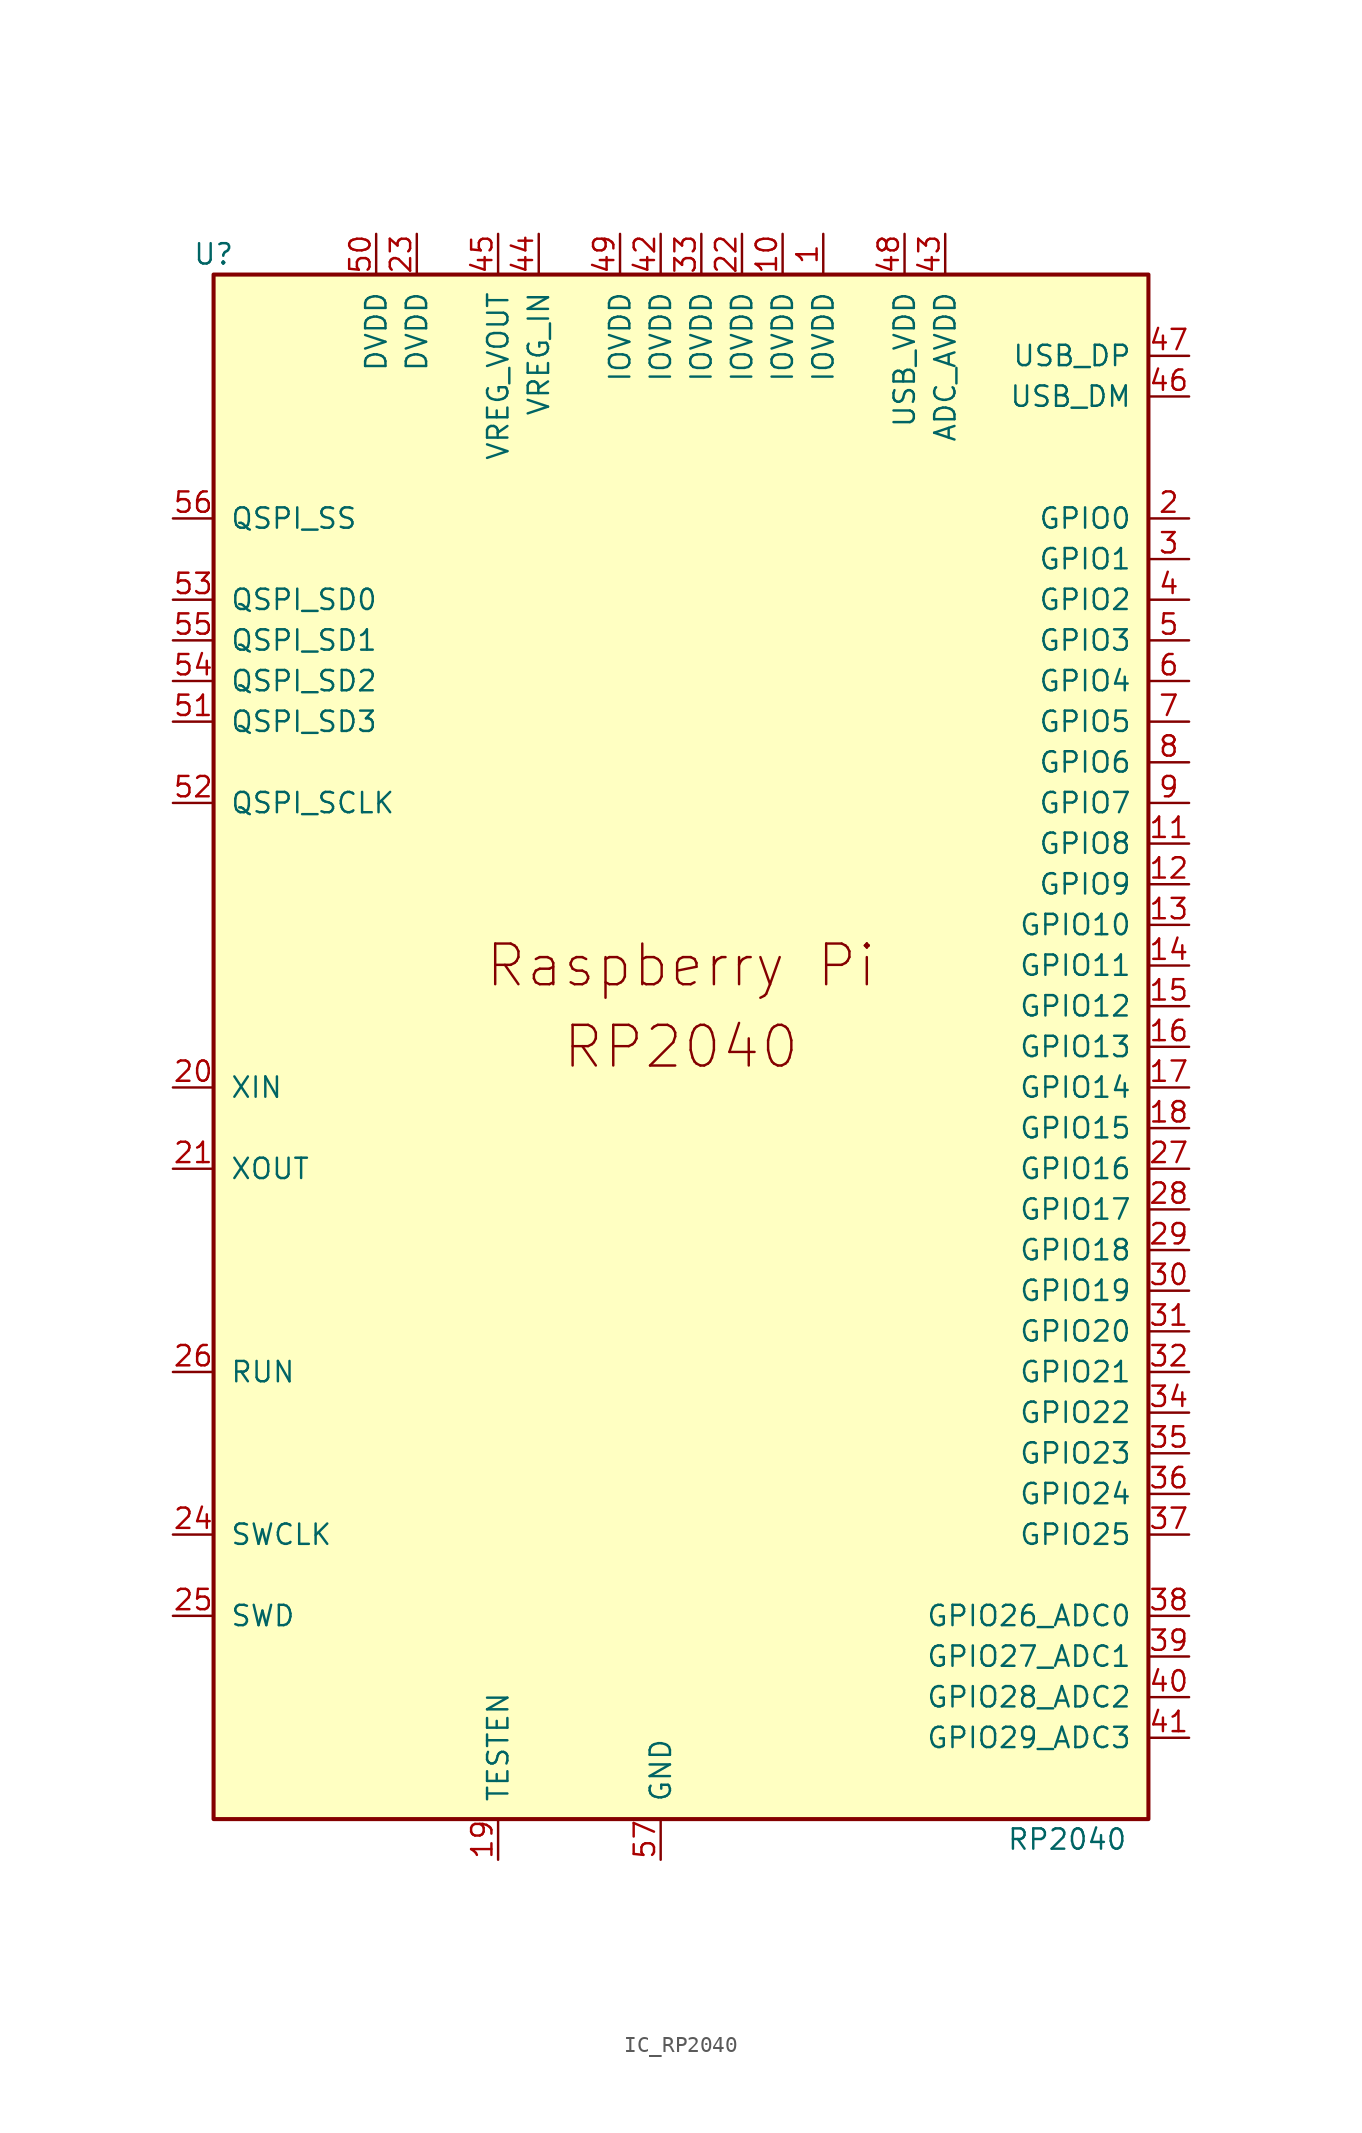
<source format=kicad_sym>
(kicad_symbol_lib
  (version 20220914)
  (generator kicad_symbol_editor)
  (symbol "IC_RP2040"
    (pin_names
      (offset 1.016))
    (property "Reference" "U"
      (at 0 1.27 0)
      (effects (font (size 1.27 1.27))))
    (property "Value" "RP2040"
      (at 53.34 -97.79 0)
      (effects (font (size 1.27 1.27))))
    (symbol "IC_RP2040_0_0"
      (text "Raspberry Pi" (at 29.21 -43.18 0) (effects (font (size 2.54 2.54))))
      (text "RP2040" (at 29.21 -48.26 0) (effects (font (size 2.54 2.54)))))
    (symbol "IC_RP2040_0_1"
      (rectangle (start 58.42 0) (end 0 -96.52) (stroke (width 0.254) (type default)) (fill (type background))))
    (symbol "IC_RP2040_1_1"
      (pin power_in line (at 38.1 2.54 270) (length 2.54) (name "IOVDD" (effects (font (size 1.27 1.27)))) (number "1" (effects (font (size 1.27 1.27)))))
      (pin power_in line (at 35.56 2.54 270) (length 2.54) (name "IOVDD" (effects (font (size 1.27 1.27)))) (number "10" (effects (font (size 1.27 1.27)))))
      (pin bidirectional line (at 60.96 -35.56 180) (length 2.54) (name "GPIO8" (effects (font (size 1.27 1.27)))) (number "11" (effects (font (size 1.27 1.27)))))
      (pin bidirectional line (at 60.96 -38.1 180) (length 2.54) (name "GPIO9" (effects (font (size 1.27 1.27)))) (number "12" (effects (font (size 1.27 1.27)))))
      (pin bidirectional line (at 60.96 -40.64 180) (length 2.54) (name "GPIO10" (effects (font (size 1.27 1.27)))) (number "13" (effects (font (size 1.27 1.27)))))
      (pin bidirectional line (at 60.96 -43.18 180) (length 2.54) (name "GPIO11" (effects (font (size 1.27 1.27)))) (number "14" (effects (font (size 1.27 1.27)))))
      (pin bidirectional line (at 60.96 -45.72 180) (length 2.54) (name "GPIO12" (effects (font (size 1.27 1.27)))) (number "15" (effects (font (size 1.27 1.27)))))
      (pin bidirectional line (at 60.96 -48.26 180) (length 2.54) (name "GPIO13" (effects (font (size 1.27 1.27)))) (number "16" (effects (font (size 1.27 1.27)))))
      (pin bidirectional line (at 60.96 -50.8 180) (length 2.54) (name "GPIO14" (effects (font (size 1.27 1.27)))) (number "17" (effects (font (size 1.27 1.27)))))
      (pin bidirectional line (at 60.96 -53.34 180) (length 2.54) (name "GPIO15" (effects (font (size 1.27 1.27)))) (number "18" (effects (font (size 1.27 1.27)))))
      (pin passive line (at 17.78 -99.06 90) (length 2.54) (name "TESTEN" (effects (font (size 1.27 1.27)))) (number "19" (effects (font (size 1.27 1.27)))))
      (pin bidirectional line (at 60.96 -15.24 180) (length 2.54) (name "GPIO0" (effects (font (size 1.27 1.27)))) (number "2" (effects (font (size 1.27 1.27)))))
      (pin input line (at -2.54 -50.8 0) (length 2.54) (name "XIN" (effects (font (size 1.27 1.27)))) (number "20" (effects (font (size 1.27 1.27)))))
      (pin passive line (at -2.54 -55.88 0) (length 2.54) (name "XOUT" (effects (font (size 1.27 1.27)))) (number "21" (effects (font (size 1.27 1.27)))))
      (pin power_in line (at 33.02 2.54 270) (length 2.54) (name "IOVDD" (effects (font (size 1.27 1.27)))) (number "22" (effects (font (size 1.27 1.27)))))
      (pin power_in line (at 12.7 2.54 270) (length 2.54) (name "DVDD" (effects (font (size 1.27 1.27)))) (number "23" (effects (font (size 1.27 1.27)))))
      (pin output line (at -2.54 -78.74 0) (length 2.54) (name "SWCLK" (effects (font (size 1.27 1.27)))) (number "24" (effects (font (size 1.27 1.27)))))
      (pin bidirectional line (at -2.54 -83.82 0) (length 2.54) (name "SWD" (effects (font (size 1.27 1.27)))) (number "25" (effects (font (size 1.27 1.27)))))
      (pin input line (at -2.54 -68.58 0) (length 2.54) (name "RUN" (effects (font (size 1.27 1.27)))) (number "26" (effects (font (size 1.27 1.27)))))
      (pin bidirectional line (at 60.96 -55.88 180) (length 2.54) (name "GPIO16" (effects (font (size 1.27 1.27)))) (number "27" (effects (font (size 1.27 1.27)))))
      (pin bidirectional line (at 60.96 -58.42 180) (length 2.54) (name "GPIO17" (effects (font (size 1.27 1.27)))) (number "28" (effects (font (size 1.27 1.27)))))
      (pin bidirectional line (at 60.96 -60.96 180) (length 2.54) (name "GPIO18" (effects (font (size 1.27 1.27)))) (number "29" (effects (font (size 1.27 1.27)))))
      (pin bidirectional line (at 60.96 -17.78 180) (length 2.54) (name "GPIO1" (effects (font (size 1.27 1.27)))) (number "3" (effects (font (size 1.27 1.27)))))
      (pin bidirectional line (at 60.96 -63.5 180) (length 2.54) (name "GPIO19" (effects (font (size 1.27 1.27)))) (number "30" (effects (font (size 1.27 1.27)))))
      (pin bidirectional line (at 60.96 -66.04 180) (length 2.54) (name "GPIO20" (effects (font (size 1.27 1.27)))) (number "31" (effects (font (size 1.27 1.27)))))
      (pin bidirectional line (at 60.96 -68.58 180) (length 2.54) (name "GPIO21" (effects (font (size 1.27 1.27)))) (number "32" (effects (font (size 1.27 1.27)))))
      (pin power_in line (at 30.48 2.54 270) (length 2.54) (name "IOVDD" (effects (font (size 1.27 1.27)))) (number "33" (effects (font (size 1.27 1.27)))))
      (pin bidirectional line (at 60.96 -71.12 180) (length 2.54) (name "GPIO22" (effects (font (size 1.27 1.27)))) (number "34" (effects (font (size 1.27 1.27)))))
      (pin bidirectional line (at 60.96 -73.66 180) (length 2.54) (name "GPIO23" (effects (font (size 1.27 1.27)))) (number "35" (effects (font (size 1.27 1.27)))))
      (pin bidirectional line (at 60.96 -76.2 180) (length 2.54) (name "GPIO24" (effects (font (size 1.27 1.27)))) (number "36" (effects (font (size 1.27 1.27)))))
      (pin bidirectional line (at 60.96 -78.74 180) (length 2.54) (name "GPIO25" (effects (font (size 1.27 1.27)))) (number "37" (effects (font (size 1.27 1.27)))))
      (pin bidirectional line (at 60.96 -83.82 180) (length 2.54) (name "GPIO26_ADC0" (effects (font (size 1.27 1.27)))) (number "38" (effects (font (size 1.27 1.27)))))
      (pin bidirectional line (at 60.96 -86.36 180) (length 2.54) (name "GPIO27_ADC1" (effects (font (size 1.27 1.27)))) (number "39" (effects (font (size 1.27 1.27)))))
      (pin bidirectional line (at 60.96 -20.32 180) (length 2.54) (name "GPIO2" (effects (font (size 1.27 1.27)))) (number "4" (effects (font (size 1.27 1.27)))))
      (pin bidirectional line (at 60.96 -88.9 180) (length 2.54) (name "GPIO28_ADC2" (effects (font (size 1.27 1.27)))) (number "40" (effects (font (size 1.27 1.27)))))
      (pin bidirectional line (at 60.96 -91.44 180) (length 2.54) (name "GPIO29_ADC3" (effects (font (size 1.27 1.27)))) (number "41" (effects (font (size 1.27 1.27)))))
      (pin power_in line (at 27.94 2.54 270) (length 2.54) (name "IOVDD" (effects (font (size 1.27 1.27)))) (number "42" (effects (font (size 1.27 1.27)))))
      (pin power_in line (at 45.72 2.54 270) (length 2.54) (name "ADC_AVDD" (effects (font (size 1.27 1.27)))) (number "43" (effects (font (size 1.27 1.27)))))
      (pin power_in line (at 20.32 2.54 270) (length 2.54) (name "VREG_IN" (effects (font (size 1.27 1.27)))) (number "44" (effects (font (size 1.27 1.27)))))
      (pin power_out line (at 17.78 2.54 270) (length 2.54) (name "VREG_VOUT" (effects (font (size 1.27 1.27)))) (number "45" (effects (font (size 1.27 1.27)))))
      (pin bidirectional line (at 60.96 -7.62 180) (length 2.54) (name "USB_DM" (effects (font (size 1.27 1.27)))) (number "46" (effects (font (size 1.27 1.27)))))
      (pin bidirectional line (at 60.96 -5.08 180) (length 2.54) (name "USB_DP" (effects (font (size 1.27 1.27)))) (number "47" (effects (font (size 1.27 1.27)))))
      (pin power_in line (at 43.18 2.54 270) (length 2.54) (name "USB_VDD" (effects (font (size 1.27 1.27)))) (number "48" (effects (font (size 1.27 1.27)))))
      (pin power_in line (at 25.4 2.54 270) (length 2.54) (name "IOVDD" (effects (font (size 1.27 1.27)))) (number "49" (effects (font (size 1.27 1.27)))))
      (pin bidirectional line (at 60.96 -22.86 180) (length 2.54) (name "GPIO3" (effects (font (size 1.27 1.27)))) (number "5" (effects (font (size 1.27 1.27)))))
      (pin power_in line (at 10.16 2.54 270) (length 2.54) (name "DVDD" (effects (font (size 1.27 1.27)))) (number "50" (effects (font (size 1.27 1.27)))))
      (pin bidirectional line (at -2.54 -27.94 0) (length 2.54) (name "QSPI_SD3" (effects (font (size 1.27 1.27)))) (number "51" (effects (font (size 1.27 1.27)))))
      (pin output line (at -2.54 -33.02 0) (length 2.54) (name "QSPI_SCLK" (effects (font (size 1.27 1.27)))) (number "52" (effects (font (size 1.27 1.27)))))
      (pin bidirectional line (at -2.54 -20.32 0) (length 2.54) (name "QSPI_SD0" (effects (font (size 1.27 1.27)))) (number "53" (effects (font (size 1.27 1.27)))))
      (pin bidirectional line (at -2.54 -25.4 0) (length 2.54) (name "QSPI_SD2" (effects (font (size 1.27 1.27)))) (number "54" (effects (font (size 1.27 1.27)))))
      (pin bidirectional line (at -2.54 -22.86 0) (length 2.54) (name "QSPI_SD1" (effects (font (size 1.27 1.27)))) (number "55" (effects (font (size 1.27 1.27)))))
      (pin bidirectional line (at -2.54 -15.24 0) (length 2.54) (name "QSPI_SS" (effects (font (size 1.27 1.27)))) (number "56" (effects (font (size 1.27 1.27)))))
      (pin power_in line (at 27.94 -99.06 90) (length 2.54) (name "GND" (effects (font (size 1.27 1.27)))) (number "57" (effects (font (size 1.27 1.27)))))
      (pin bidirectional line (at 60.96 -25.4 180) (length 2.54) (name "GPIO4" (effects (font (size 1.27 1.27)))) (number "6" (effects (font (size 1.27 1.27)))))
      (pin bidirectional line (at 60.96 -27.94 180) (length 2.54) (name "GPIO5" (effects (font (size 1.27 1.27)))) (number "7" (effects (font (size 1.27 1.27)))))
      (pin bidirectional line (at 60.96 -30.48 180) (length 2.54) (name "GPIO6" (effects (font (size 1.27 1.27)))) (number "8" (effects (font (size 1.27 1.27)))))
      (pin bidirectional line (at 60.96 -33.02 180) (length 2.54) (name "GPIO7" (effects (font (size 1.27 1.27)))) (number "9" (effects (font (size 1.27 1.27))))))))
</source>
